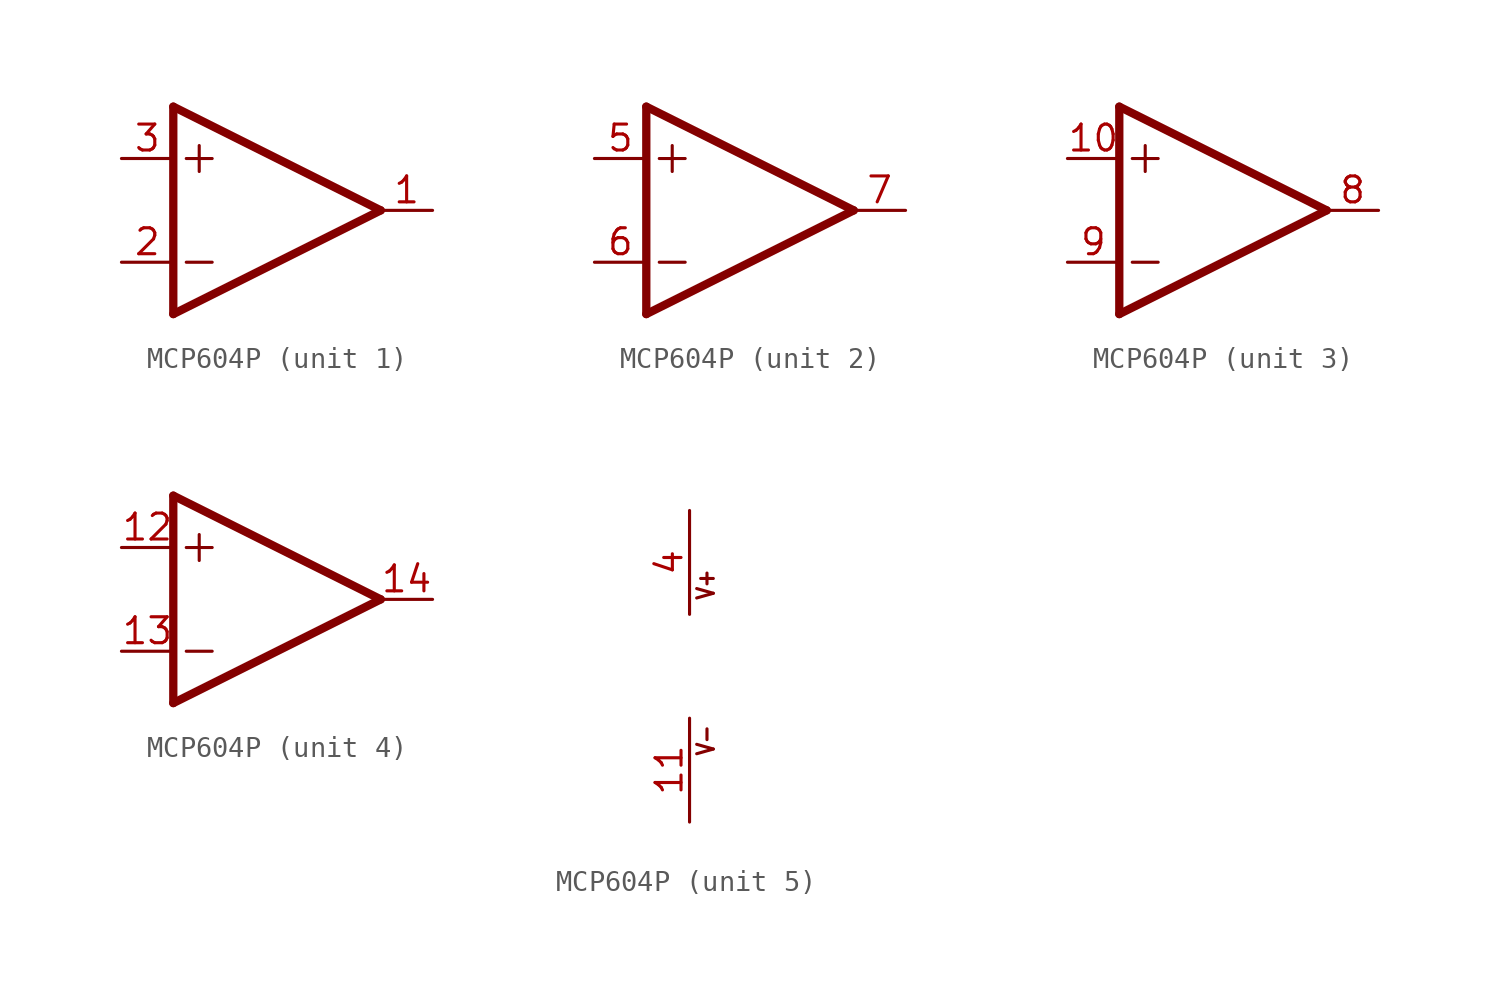
<source format=kicad_sym>
(kicad_symbol_lib
  (version 20220331)
  (generator kicad_symbol_editor)
  (symbol "MCP604P"
    (property "Reference" "IC"
      (at 2.54 3.175 0)
      (effects (font (size 1.778 1.511)) (justify left bottom) hide))
    (property "ki_locked" ""
      (at 0 0 0)
      (effects (font (size 1.27 1.27))))
    (symbol "MCP604P_1_0"
      (polyline (pts (xy -5.08 -5.08) (xy 5.08 0)) (stroke (width 0.406) (type solid)) (fill (type none)))
      (polyline (pts (xy -5.08 5.08) (xy -5.08 -5.08)) (stroke (width 0.406) (type solid)) (fill (type none)))
      (polyline (pts (xy -4.445 -2.54) (xy -3.175 -2.54)) (stroke (width 0.152) (type solid)) (fill (type none)))
      (polyline (pts (xy -4.445 2.54) (xy -3.175 2.54)) (stroke (width 0.152) (type solid)) (fill (type none)))
      (polyline (pts (xy -3.81 3.175) (xy -3.81 1.905)) (stroke (width 0.152) (type solid)) (fill (type none)))
      (polyline (pts (xy 5.08 0) (xy -5.08 5.08)) (stroke (width 0.406) (type solid)) (fill (type none)))
      (pin output line (at 7.62 0 180) (length 2.54) (name "OUT" (effects (font (size 0 0)))) (number "1" (effects (font (size 1.27 1.27)))))
      (pin input line (at -7.62 -2.54 0) (length 2.54) (name "-IN" (effects (font (size 0 0)))) (number "2" (effects (font (size 1.27 1.27)))))
      (pin input line (at -7.62 2.54 0) (length 2.54) (name "+IN" (effects (font (size 0 0)))) (number "3" (effects (font (size 1.27 1.27))))))
    (symbol "MCP604P_2_0"
      (polyline (pts (xy -5.08 -5.08) (xy 5.08 0)) (stroke (width 0.406) (type solid)) (fill (type none)))
      (polyline (pts (xy -5.08 5.08) (xy -5.08 -5.08)) (stroke (width 0.406) (type solid)) (fill (type none)))
      (polyline (pts (xy -4.445 -2.54) (xy -3.175 -2.54)) (stroke (width 0.152) (type solid)) (fill (type none)))
      (polyline (pts (xy -4.445 2.54) (xy -3.175 2.54)) (stroke (width 0.152) (type solid)) (fill (type none)))
      (polyline (pts (xy -3.81 3.175) (xy -3.81 1.905)) (stroke (width 0.152) (type solid)) (fill (type none)))
      (polyline (pts (xy 5.08 0) (xy -5.08 5.08)) (stroke (width 0.406) (type solid)) (fill (type none)))
      (pin input line (at -7.62 2.54 0) (length 2.54) (name "+IN" (effects (font (size 0 0)))) (number "5" (effects (font (size 1.27 1.27)))))
      (pin input line (at -7.62 -2.54 0) (length 2.54) (name "-IN" (effects (font (size 0 0)))) (number "6" (effects (font (size 1.27 1.27)))))
      (pin output line (at 7.62 0 180) (length 2.54) (name "OUT" (effects (font (size 0 0)))) (number "7" (effects (font (size 1.27 1.27))))))
    (symbol "MCP604P_3_0"
      (polyline (pts (xy -5.08 -5.08) (xy 5.08 0)) (stroke (width 0.406) (type solid)) (fill (type none)))
      (polyline (pts (xy -5.08 5.08) (xy -5.08 -5.08)) (stroke (width 0.406) (type solid)) (fill (type none)))
      (polyline (pts (xy -4.445 -2.54) (xy -3.175 -2.54)) (stroke (width 0.152) (type solid)) (fill (type none)))
      (polyline (pts (xy -4.445 2.54) (xy -3.175 2.54)) (stroke (width 0.152) (type solid)) (fill (type none)))
      (polyline (pts (xy -3.81 3.175) (xy -3.81 1.905)) (stroke (width 0.152) (type solid)) (fill (type none)))
      (polyline (pts (xy 5.08 0) (xy -5.08 5.08)) (stroke (width 0.406) (type solid)) (fill (type none)))
      (pin input line (at -7.62 2.54 0) (length 2.54) (name "+IN" (effects (font (size 0 0)))) (number "10" (effects (font (size 1.27 1.27)))))
      (pin output line (at 7.62 0 180) (length 2.54) (name "OUT" (effects (font (size 0 0)))) (number "8" (effects (font (size 1.27 1.27)))))
      (pin input line (at -7.62 -2.54 0) (length 2.54) (name "-IN" (effects (font (size 0 0)))) (number "9" (effects (font (size 1.27 1.27))))))
    (symbol "MCP604P_4_0"
      (polyline (pts (xy -5.08 -5.08) (xy 5.08 0)) (stroke (width 0.406) (type solid)) (fill (type none)))
      (polyline (pts (xy -5.08 5.08) (xy -5.08 -5.08)) (stroke (width 0.406) (type solid)) (fill (type none)))
      (polyline (pts (xy -4.445 -2.54) (xy -3.175 -2.54)) (stroke (width 0.152) (type solid)) (fill (type none)))
      (polyline (pts (xy -4.445 2.54) (xy -3.175 2.54)) (stroke (width 0.152) (type solid)) (fill (type none)))
      (polyline (pts (xy -3.81 3.175) (xy -3.81 1.905)) (stroke (width 0.152) (type solid)) (fill (type none)))
      (polyline (pts (xy 5.08 0) (xy -5.08 5.08)) (stroke (width 0.406) (type solid)) (fill (type none)))
      (pin input line (at -7.62 2.54 0) (length 2.54) (name "+IN" (effects (font (size 0 0)))) (number "12" (effects (font (size 1.27 1.27)))))
      (pin input line (at -7.62 -2.54 0) (length 2.54) (name "-IN" (effects (font (size 0 0)))) (number "13" (effects (font (size 1.27 1.27)))))
      (pin output line (at 7.62 0 180) (length 2.54) (name "OUT" (effects (font (size 0 0)))) (number "14" (effects (font (size 1.27 1.27))))))
    (symbol "MCP604P_5_0"
      (text "V+" (at 1.27 3.175 900) (effects (font (size 0.813 0.691)) (justify left bottom)))
      (text "V-" (at 1.27 -4.445 900) (effects (font (size 0.813 0.691)) (justify left bottom)))
      (pin power_in line (at 0 -7.62 90) (length 5.08) (name "V-" (effects (font (size 0 0)))) (number "11" (effects (font (size 1.27 1.27)))))
      (pin power_in line (at 0 7.62 270) (length 5.08) (name "V+" (effects (font (size 0 0)))) (number "4" (effects (font (size 1.27 1.27))))))))
</source>
